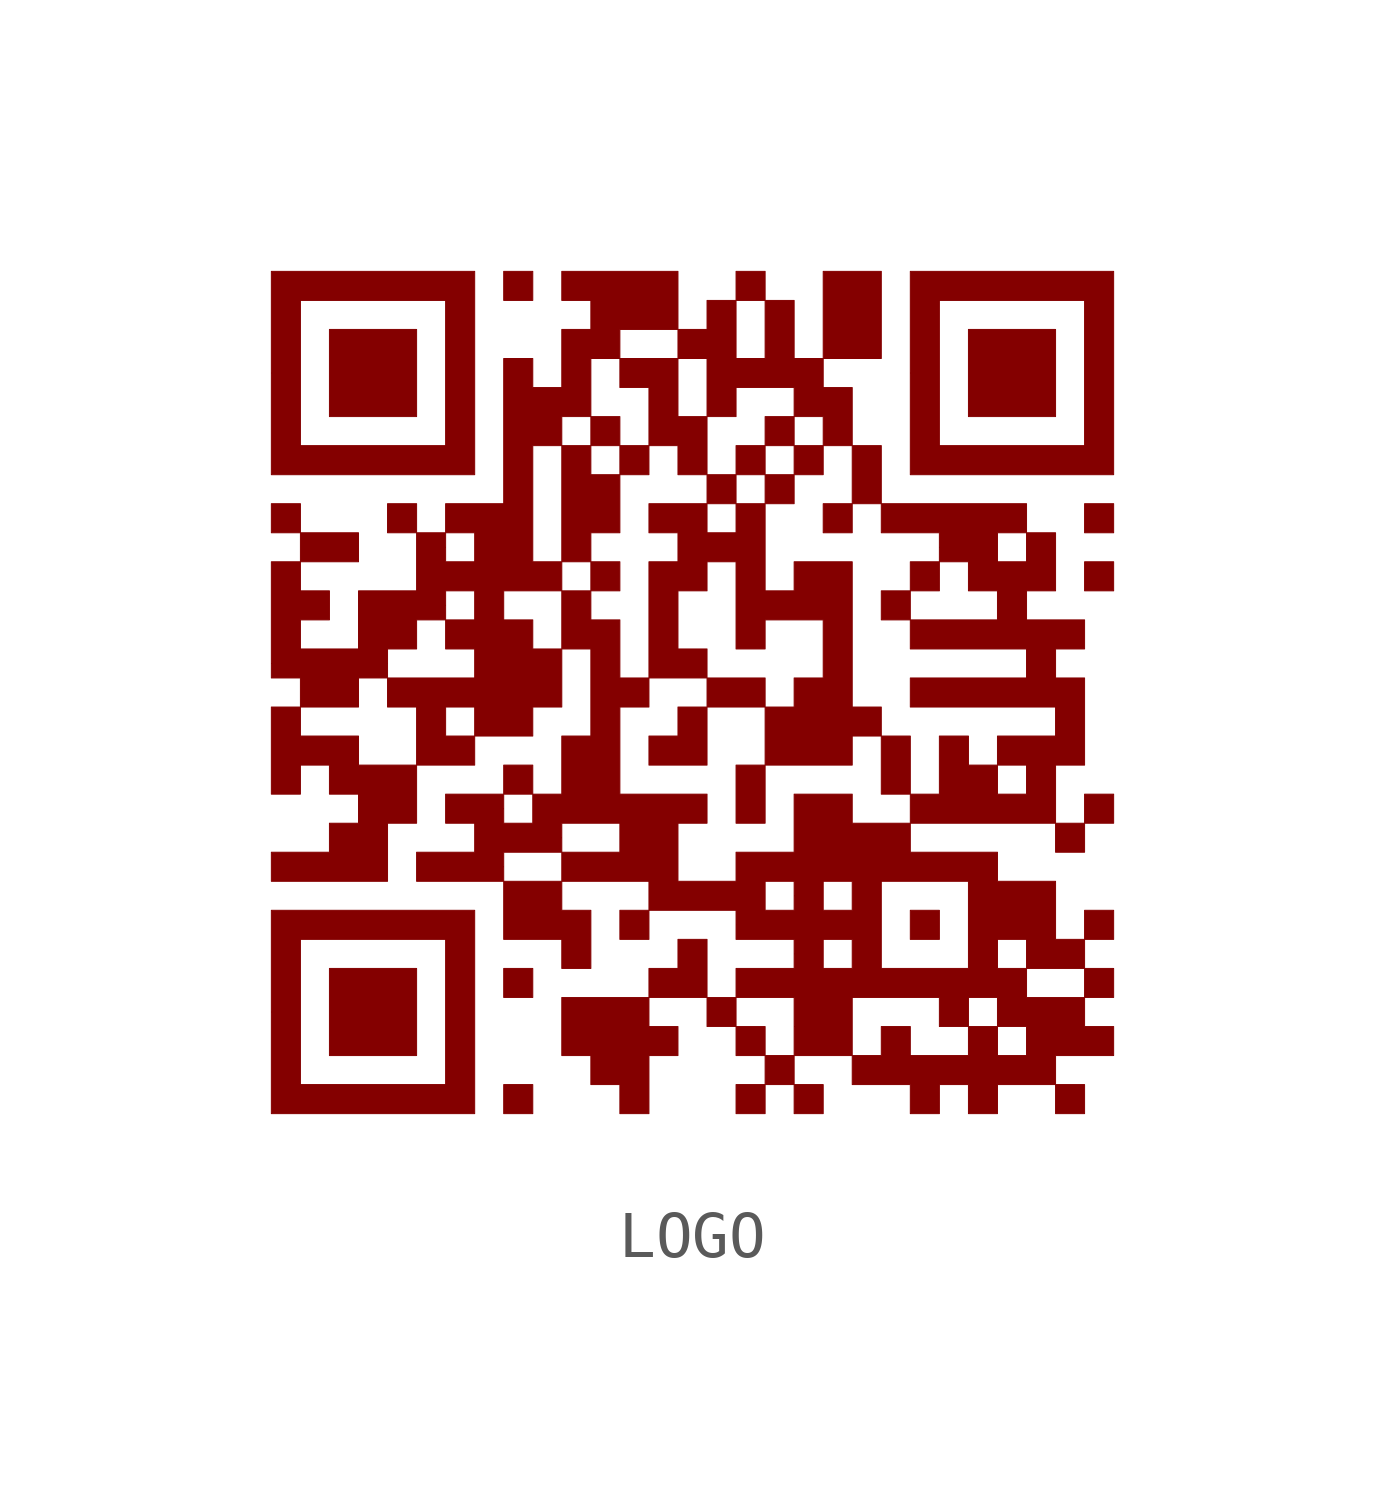
<source format=kicad_sym>
(kicad_symbol_lib
  (version 20220914)
  (generator "bitmap2component")
  (generator_version "9.0")
  (symbol "LOGO"
    (pin_names
      (offset 1.016))
    (property "Reference" "#G"
      (at 0 9.373 0)
      (effects (font (size 1.27 1.27)) hide))
    (symbol "LOGO_0_0"
      (polyline (pts (xy -4.67 -6.791) (xy -4.67 -4.622) (xy -6.838 -4.622) (xy -9.007 -4.622) (xy -9.007 -6.791) (xy -8.387 -6.791) (xy -8.387 -5.242) (xy -6.838 -5.242) (xy -5.29 -5.242) (xy -5.29 -6.791) (xy -5.29 -8.339) (xy -6.838 -8.339) (xy -8.387 -8.339) (xy -8.387 -6.791) (xy -9.007 -6.791) (xy -9.007 -8.959) (xy -6.838 -8.959) (xy -4.67 -8.959) (xy -4.67 -6.791)) (stroke (width 0.01) (type default)) (fill (type outline)))
      (polyline (pts (xy -3.431 -8.649) (xy -3.431 -8.339) (xy -3.741 -8.339) (xy -4.051 -8.339) (xy -4.051 -8.649) (xy -4.051 -8.959) (xy -3.741 -8.959) (xy -3.431 -8.959) (xy -3.431 -8.649)) (stroke (width 0.01) (type default)) (fill (type outline)))
      (polyline (pts (xy -0.953 -8.339) (xy -0.953 -7.72) (xy -0.643 -7.72) (xy -0.334 -7.72) (xy -0.334 -7.41) (xy -0.334 -7.101) (xy -0.643 -7.101) (xy -0.953 -7.101) (xy -0.953 -6.791) (xy -0.953 -6.481) (xy -0.334 -6.481) (xy 0.286 -6.481) (xy 0.286 -6.791) (xy 0.286 -7.101) (xy 0.596 -7.101) (xy 0.905 -7.101) (xy 0.905 -6.791) (xy 0.905 -6.481) (xy 1.525 -6.481) (xy 2.144 -6.481) (xy 2.144 -7.101) (xy 3.383 -7.101) (xy 3.383 -6.481) (xy 4.313 -6.481) (xy 5.242 -6.481) (xy 5.242 -6.791) (xy 5.242 -7.101) (xy 5.552 -7.101) (xy 5.862 -7.101) (xy 5.862 -6.791) (xy 5.862 -6.481) (xy 6.171 -6.481) (xy 6.481 -6.481) (xy 6.481 -6.791) (xy 6.481 -7.101) (xy 6.791 -7.101) (xy 7.101 -7.101) (xy 7.101 -7.41) (xy 7.101 -7.72) (xy 6.791 -7.72) (xy 6.481 -7.72) (xy 6.481 -7.41) (xy 6.481 -7.101) (xy 6.171 -7.101) (xy 5.862 -7.101) (xy 5.862 -7.41) (xy 5.862 -7.72) (xy 5.242 -7.72) (xy 4.622 -7.72) (xy 4.622 -7.41) (xy 4.622 -7.101) (xy 4.313 -7.101) (xy 4.003 -7.101) (xy 4.003 -7.41) (xy 4.003 -7.72) (xy 3.693 -7.72) (xy 3.383 -7.72) (xy 3.383 -7.101) (xy 2.144 -7.101) (xy 2.144 -7.72) (xy 1.835 -7.72) (xy 1.525 -7.72) (xy 1.525 -7.41) (xy 1.525 -7.101) (xy 1.215 -7.101) (xy 0.905 -7.101) (xy 0.905 -7.41) (xy 0.905 -7.72) (xy 1.215 -7.72) (xy 1.525 -7.72) (xy 1.525 -8.03) (xy 1.525 -8.339) (xy 1.215 -8.339) (xy 0.905 -8.339) (xy 0.905 -8.649) (xy 0.905 -8.959) (xy 1.215 -8.959) (xy 1.525 -8.959) (xy 1.525 -8.649) (xy 1.525 -8.339) (xy 1.835 -8.339) (xy 2.144 -8.339) (xy 2.144 -8.649) (xy 2.144 -8.959) (xy 2.454 -8.959) (xy 2.764 -8.959) (xy 2.764 -8.649) (xy 2.764 -8.339) (xy 2.454 -8.339) (xy 2.144 -8.339) (xy 2.144 -8.03) (xy 2.144 -7.72) (xy 2.764 -7.72) (xy 3.383 -7.72) (xy 3.383 -8.03) (xy 3.383 -8.339) (xy 4.003 -8.339) (xy 4.622 -8.339) (xy 4.622 -8.649) (xy 4.622 -8.959) (xy 4.932 -8.959) (xy 5.242 -8.959) (xy 5.242 -8.649) (xy 5.242 -8.339) (xy 5.552 -8.339) (xy 5.862 -8.339) (xy 5.862 -8.649) (xy 5.862 -8.959) (xy 6.171 -8.959) (xy 6.481 -8.959) (xy 6.481 -8.649) (xy 6.481 -8.339) (xy 7.101 -8.339) (xy 7.72 -8.339) (xy 7.72 -8.649) (xy 7.72 -8.959) (xy 8.03 -8.959) (xy 8.339 -8.959) (xy 8.339 -8.649) (xy 8.339 -8.339) (xy 8.03 -8.339) (xy 7.72 -8.339) (xy 7.72 -8.03) (xy 7.72 -7.72) (xy 8.339 -7.72) (xy 8.959 -7.72) (xy 8.959 -7.41) (xy 8.959 -7.101) (xy 8.649 -7.101) (xy 8.339 -7.101) (xy 8.339 -6.791) (xy 8.339 -6.481) (xy 7.72 -6.481) (xy 7.101 -6.481) (xy 7.101 -6.171) (xy 7.101 -5.862) (xy 6.791 -5.862) (xy 6.481 -5.862) (xy 6.481 -5.552) (xy 6.481 -5.242) (xy 6.791 -5.242) (xy 7.101 -5.242) (xy 7.101 -5.552) (xy 7.101 -5.862) (xy 7.72 -5.862) (xy 8.339 -5.862) (xy 8.339 -6.171) (xy 8.339 -6.481) (xy 8.649 -6.481) (xy 8.959 -6.481) (xy 8.959 -6.171) (xy 8.959 -5.862) (xy 8.649 -5.862) (xy 8.339 -5.862) (xy 8.339 -5.552) (xy 8.339 -5.242) (xy 8.03 -5.242) (xy 7.72 -5.242) (xy 7.72 -4.622) (xy 7.72 -4.003) (xy 7.101 -4.003) (xy 6.481 -4.003) (xy 6.481 -3.693) (xy 6.481 -3.383) (xy 5.552 -3.383) (xy 4.622 -3.383) (xy 4.622 -3.074) (xy 4.622 -2.764) (xy 6.171 -2.764) (xy 7.72 -2.764) (xy 7.72 -3.074) (xy 7.72 -3.383) (xy 8.03 -3.383) (xy 8.339 -3.383) (xy 8.339 -3.074) (xy 8.339 -2.764) (xy 8.03 -2.764) (xy 7.72 -2.764) (xy 7.72 -2.144) (xy 7.72 -1.525) (xy 8.03 -1.525) (xy 8.339 -1.525) (xy 8.339 -0.596) (xy 8.339 0.334) (xy 8.03 0.334) (xy 7.72 0.334) (xy 7.72 0.643) (xy 7.72 0.953) (xy 8.03 0.953) (xy 8.339 0.953) (xy 8.339 1.263) (xy 8.339 1.573) (xy 7.72 1.573) (xy 7.101 1.573) (xy 7.101 1.882) (xy 7.101 2.192) (xy 7.41 2.192) (xy 7.72 2.192) (xy 7.72 2.812) (xy 7.72 3.431) (xy 7.41 3.431) (xy 7.101 3.431) (xy 7.101 3.741) (xy 7.101 4.051) (xy 5.552 4.051) (xy 4.003 4.051) (xy 4.003 4.67) (xy 4.003 5.29) (xy 3.693 5.29) (xy 3.383 5.29) (xy 3.383 5.909) (xy 3.383 6.529) (xy 3.074 6.529) (xy 2.764 6.529) (xy 2.764 6.838) (xy 2.764 7.148) (xy 2.454 7.148) (xy 2.144 7.148) (xy 2.144 7.768) (xy 2.144 8.387) (xy 1.835 8.387) (xy 1.525 8.387) (xy 1.525 8.697) (xy 1.525 9.007) (xy 1.215 9.007) (xy 0.905 9.007) (xy 0.905 8.697) (xy 0.905 8.387) (xy 0.596 8.387) (xy 0.286 8.387) (xy 0.286 8.078) (xy 0.286 7.768) (xy 0.905 7.768) (xy 0.905 8.387) (xy 1.215 8.387) (xy 1.525 8.387) (xy 1.525 7.768) (xy 1.525 7.148) (xy 1.215 7.148) (xy 0.905 7.148) (xy 0.905 7.768) (xy 0.286 7.768) (xy -0.024 7.768) (xy -0.334 7.768) (xy -0.334 8.387) (xy -0.334 9.007) (xy -1.573 9.007) (xy -2.812 9.007) (xy -2.812 8.697) (xy -2.812 8.387) (xy -2.502 8.387) (xy -2.192 8.387) (xy -2.192 8.078) (xy -2.192 7.768) (xy -2.502 7.768) (xy -2.812 7.768) (xy -2.812 7.148) (xy -2.812 6.529) (xy -3.121 6.529) (xy -3.431 6.529) (xy -3.431 6.838) (xy -3.431 7.148) (xy -3.741 7.148) (xy -4.051 7.148) (xy -4.051 5.599) (xy -4.051 4.051) (xy -4.67 4.051) (xy -5.29 4.051) (xy -5.29 3.741) (xy -5.29 3.431) (xy -5.599 3.431) (xy -5.909 3.431) (xy -5.909 3.741) (xy -5.909 4.051) (xy -6.219 4.051) (xy -6.529 4.051) (xy -6.529 3.741) (xy -6.529 3.431) (xy -6.219 3.431) (xy -5.909 3.431) (xy -5.909 3.121) (xy -5.29 3.121) (xy -5.29 3.431) (xy -4.98 3.431) (xy -4.67 3.431) (xy -4.67 3.121) (xy -4.67 2.812) (xy -4.98 2.812) (xy -5.29 2.812) (xy -5.29 3.121) (xy -5.909 3.121) (xy -5.909 2.812) (xy -5.909 2.192) (xy -6.529 2.192) (xy -7.148 2.192) (xy -7.148 1.882) (xy -5.29 1.882) (xy -5.29 2.192) (xy -4.98 2.192) (xy -4.67 2.192) (xy -4.67 1.882) (xy -4.67 1.573) (xy -4.051 1.573) (xy -4.051 1.882) (xy -4.051 2.192) (xy -3.431 2.192) (xy -2.812 2.192) (xy -2.812 2.502) (xy -2.812 2.812) (xy -3.121 2.812) (xy -3.431 2.812) (xy -3.431 4.051) (xy -3.431 5.29) (xy -3.121 5.29) (xy -2.812 5.29) (xy -2.812 5.599) (xy -2.812 5.909) (xy -2.502 5.909) (xy -2.192 5.909) (xy -2.192 6.529) (xy -2.192 7.148) (xy -1.882 7.148) (xy -1.573 7.148) (xy -1.573 7.458) (xy -1.573 7.768) (xy -0.953 7.768) (xy -0.334 7.768) (xy -0.334 7.458) (xy -0.334 7.148) (xy -0.024 7.148) (xy 0.286 7.148) (xy 0.286 6.529) (xy 0.286 5.909) (xy 0.596 5.909) (xy 0.905 5.909) (xy 0.905 6.219) (xy 0.905 6.529) (xy 1.525 6.529) (xy 2.144 6.529) (xy 2.144 6.219) (xy 2.144 5.909) (xy 2.454 5.909) (xy 2.764 5.909) (xy 2.764 5.599) (xy 2.764 5.29) (xy 3.074 5.29) (xy 3.383 5.29) (xy 3.383 4.67) (xy 3.383 4.051) (xy 3.693 4.051) (xy 4.003 4.051) (xy 4.003 3.741) (xy 4.003 3.431) (xy 4.622 3.431) (xy 5.242 3.431) (xy 5.242 3.121) (xy 6.481 3.121) (xy 6.481 3.431) (xy 6.791 3.431) (xy 7.101 3.431) (xy 7.101 3.121) (xy 7.101 2.812) (xy 6.791 2.812) (xy 6.481 2.812) (xy 6.481 3.121) (xy 5.242 3.121) (xy 5.242 2.812) (xy 5.552 2.812) (xy 5.862 2.812) (xy 5.862 2.502) (xy 5.862 2.192) (xy 6.171 2.192) (xy 6.481 2.192) (xy 6.481 1.882) (xy 6.481 1.573) (xy 5.552 1.573) (xy 4.622 1.573) (xy 4.622 1.263) (xy 4.622 0.953) (xy 5.862 0.953) (xy 7.101 0.953) (xy 7.101 0.643) (xy 7.101 0.334) (xy 5.862 0.334) (xy 4.622 0.334) (xy 4.622 0.024) (xy 4.622 -0.286) (xy 6.171 -0.286) (xy 7.72 -0.286) (xy 7.72 -0.596) (xy 7.72 -0.905) (xy 7.101 -0.905) (xy 6.481 -0.905) (xy 6.481 -1.215) (xy 6.481 -1.525) (xy 6.791 -1.525) (xy 7.101 -1.525) (xy 7.101 -1.835) (xy 7.101 -2.144) (xy 6.791 -2.144) (xy 6.481 -2.144) (xy 6.481 -1.835) (xy 6.481 -1.525) (xy 6.171 -1.525) (xy 5.862 -1.525) (xy 5.862 -1.215) (xy 5.862 -0.905) (xy 5.552 -0.905) (xy 5.242 -0.905) (xy 5.242 -1.525) (xy 5.242 -2.144) (xy 4.932 -2.144) (xy 4.622 -2.144) (xy 4.622 -2.454) (xy 4.622 -2.764) (xy 4.003 -2.764) (xy 3.383 -2.764) (xy 3.383 -2.454) (xy 3.383 -2.144) (xy 2.764 -2.144) (xy 2.144 -2.144) (xy 2.144 -2.764) (xy 2.144 -3.383) (xy 1.525 -3.383) (xy 0.905 -3.383) (xy 0.905 -3.693) (xy 0.905 -4.003) (xy 0.286 -4.003) (xy -0.334 -4.003) (xy -0.334 -3.383) (xy -0.334 -2.764) (xy -0.024 -2.764) (xy 0.286 -2.764) (xy 0.286 -2.454) (xy 0.286 -2.144) (xy -0.643 -2.144) (xy -1.573 -2.144) (xy -1.573 -1.215) (xy -1.573 -0.286) (xy -1.263 -0.286) (xy -0.953 -0.286) (xy -0.953 0.024) (xy -0.953 0.334) (xy -1.263 0.334) (xy -1.573 0.334) (xy -1.573 0.953) (xy -1.573 1.573) (xy -1.882 1.573) (xy -2.192 1.573) (xy -2.192 1.882) (xy -2.192 2.192) (xy -2.502 2.192) (xy -2.812 2.192) (xy -2.812 1.573) (xy -2.812 0.953) (xy -3.121 0.953) (xy -3.431 0.953) (xy -3.431 1.263) (xy -3.431 1.573) (xy -3.741 1.573) (xy -4.051 1.573) (xy -4.67 1.573) (xy -4.98 1.573) (xy -5.29 1.573) (xy -5.29 1.882) (xy -7.148 1.882) (xy -7.148 1.573) (xy -7.148 0.953) (xy -7.768 0.953) (xy -8.387 0.953) (xy -8.387 1.263) (xy -8.387 1.573) (xy -8.078 1.573) (xy -7.768 1.573) (xy -7.768 1.882) (xy -7.768 2.192) (xy -8.078 2.192) (xy -8.387 2.192) (xy -8.387 2.502) (xy -8.387 2.812) (xy -8.697 2.812) (xy -9.007 2.812) (xy -9.007 1.573) (xy -9.007 0.643) (xy -6.529 0.643) (xy -6.529 0.953) (xy -6.219 0.953) (xy -5.909 0.953) (xy -5.909 1.263) (xy -5.909 1.573) (xy -5.599 1.573) (xy -5.29 1.573) (xy -5.29 1.263) (xy -5.29 0.953) (xy -4.98 0.953) (xy -4.67 0.953) (xy -4.67 0.643) (xy -4.67 0.334) (xy -5.599 0.334) (xy -6.529 0.334) (xy -6.529 0.643) (xy -9.007 0.643) (xy -9.007 0.334) (xy -8.697 0.334) (xy -8.387 0.334) (xy -8.387 0.024) (xy -8.387 -0.286) (xy -7.768 -0.286) (xy -7.148 -0.286) (xy -7.148 0.024) (xy -7.148 0.334) (xy -6.838 0.334) (xy -6.529 0.334) (xy -6.529 0.024) (xy -6.529 -0.286) (xy -6.219 -0.286) (xy -5.909 -0.286) (xy -5.909 -0.905) (xy -5.909 -1.525) (xy -5.29 -1.525) (xy -4.67 -1.525) (xy -4.67 -1.215) (xy -4.67 -0.905) (xy -4.98 -0.905) (xy -5.29 -0.905) (xy -5.29 -0.596) (xy -5.29 -0.286) (xy -4.98 -0.286) (xy -4.67 -0.286) (xy -4.67 -0.596) (xy -4.67 -0.905) (xy -4.051 -0.905) (xy -3.431 -0.905) (xy -3.431 -0.596) (xy -3.431 -0.286) (xy -3.121 -0.286) (xy -2.812 -0.286) (xy -2.812 0.334) (xy -2.812 0.953) (xy -2.502 0.953) (xy -2.192 0.953) (xy -2.192 0.024) (xy -2.192 -0.905) (xy -2.502 -0.905) (xy -2.812 -0.905) (xy -2.812 -1.525) (xy -2.812 -2.144) (xy -3.121 -2.144) (xy -3.431 -2.144) (xy -3.431 -1.835) (xy -3.431 -1.525) (xy -3.741 -1.525) (xy -4.051 -1.525) (xy -4.051 -1.835) (xy -4.051 -2.144) (xy -4.67 -2.144) (xy -5.29 -2.144) (xy -5.29 -2.454) (xy -4.051 -2.454) (xy -4.051 -2.144) (xy -3.741 -2.144) (xy -3.431 -2.144) (xy -3.431 -2.454) (xy -3.431 -2.764) (xy -3.741 -2.764) (xy -4.051 -2.764) (xy -4.051 -2.454) (xy -5.29 -2.454) (xy -5.29 -2.764) (xy -4.98 -2.764) (xy -4.67 -2.764) (xy -4.67 -3.074) (xy -2.812 -3.074) (xy -2.812 -2.764) (xy -2.192 -2.764) (xy -1.573 -2.764) (xy -1.573 -3.074) (xy -1.573 -3.383) (xy -2.192 -3.383) (xy -2.812 -3.383) (xy -2.812 -3.074) (xy -4.67 -3.074) (xy -4.67 -3.383) (xy -5.29 -3.383) (xy -5.909 -3.383) (xy -5.909 -3.693) (xy -4.051 -3.693) (xy -4.051 -3.383) (xy -3.431 -3.383) (xy -2.812 -3.383) (xy -2.812 -3.693) (xy -2.812 -4.003) (xy -3.431 -4.003) (xy -4.051 -4.003) (xy -4.051 -3.693) (xy -5.909 -3.693) (xy -5.909 -4.003) (xy -4.98 -4.003) (xy -4.051 -4.003) (xy -4.051 -4.622) (xy -4.051 -5.242) (xy -3.431 -5.242) (xy -2.812 -5.242) (xy -2.812 -5.552) (xy -2.812 -5.862) (xy -2.502 -5.862) (xy -2.192 -5.862) (xy -2.192 -5.242) (xy -2.192 -4.622) (xy -2.502 -4.622) (xy -2.812 -4.622) (xy -2.812 -4.313) (xy -2.812 -4.003) (xy -1.882 -4.003) (xy -0.953 -4.003) (xy -0.953 -4.313) (xy 1.525 -4.313) (xy 1.525 -4.003) (xy 1.835 -4.003) (xy 2.144 -4.003) (xy 2.144 -4.313) (xy 2.764 -4.313) (xy 2.764 -4.003) (xy 3.074 -4.003) (xy 3.383 -4.003) (xy 3.383 -4.313) (xy 3.383 -4.622) (xy 3.074 -4.622) (xy 2.764 -4.622) (xy 2.764 -4.313) (xy 2.144 -4.313) (xy 2.144 -4.622) (xy 1.835 -4.622) (xy 1.525 -4.622) (xy 1.525 -4.313) (xy -0.953 -4.313) (xy -0.953 -4.622) (xy -1.263 -4.622) (xy -1.573 -4.622) (xy -1.573 -4.932) (xy -1.573 -5.242) (xy -1.263 -5.242) (xy -0.953 -5.242) (xy -0.953 -4.932) (xy -0.953 -4.622) (xy -0.024 -4.622) (xy 0.905 -4.622) (xy 0.905 -4.932) (xy 4.003 -4.932) (xy 4.003 -4.003) (xy 4.932 -4.003) (xy 5.862 -4.003) (xy 5.862 -4.932) (xy 5.862 -5.862) (xy 4.932 -5.862) (xy 4.003 -5.862) (xy 4.003 -4.932) (xy 0.905 -4.932) (xy 0.905 -5.242) (xy 1.525 -5.242) (xy 2.144 -5.242) (xy 2.144 -5.552) (xy 2.764 -5.552) (xy 2.764 -5.242) (xy 3.074 -5.242) (xy 3.383 -5.242) (xy 3.383 -5.552) (xy 3.383 -5.862) (xy 3.074 -5.862) (xy 2.764 -5.862) (xy 2.764 -5.552) (xy 2.144 -5.552) (xy 2.144 -5.862) (xy 1.525 -5.862) (xy 0.905 -5.862) (xy 0.905 -6.171) (xy 0.905 -6.481) (xy 0.596 -6.481) (xy 0.286 -6.481) (xy 0.286 -5.862) (xy 0.286 -5.242) (xy -0.024 -5.242) (xy -0.334 -5.242) (xy -0.334 -5.552) (xy -0.334 -5.862) (xy -0.643 -5.862) (xy -0.953 -5.862) (xy -0.953 -6.171) (xy -0.953 -6.481) (xy -1.882 -6.481) (xy -2.812 -6.481) (xy -2.812 -7.101) (xy -2.812 -7.72) (xy -2.502 -7.72) (xy -2.192 -7.72) (xy -2.192 -8.03) (xy -2.192 -8.339) (xy -1.882 -8.339) (xy -1.573 -8.339) (xy -1.573 -8.649) (xy -1.573 -8.959) (xy -1.263 -8.959) (xy -0.953 -8.959) (xy -0.953 -8.339)) (stroke (width 0.01) (type default)) (fill (type outline)))
      (polyline (pts (xy 4.003 8.078) (xy 4.003 9.007) (xy 3.383 9.007) (xy 2.764 9.007) (xy 2.764 8.078) (xy 2.764 7.148) (xy 3.383 7.148) (xy 4.003 7.148) (xy 4.003 8.078)) (stroke (width 0.01) (type default)) (fill (type outline)))
      (polyline (pts (xy -7.148 3.121) (xy -7.148 3.431) (xy -7.768 3.431) (xy -8.387 3.431) (xy -8.387 3.741) (xy -8.387 4.051) (xy -8.697 4.051) (xy -9.007 4.051) (xy -9.007 3.741) (xy -9.007 3.431) (xy -8.697 3.431) (xy -8.387 3.431) (xy -8.387 3.121) (xy -8.387 2.812) (xy -7.768 2.812) (xy -7.148 2.812) (xy -7.148 3.121)) (stroke (width 0.01) (type default)) (fill (type outline)))
      (polyline (pts (xy -6.529 -3.383) (xy -6.529 -2.764) (xy -6.219 -2.764) (xy -5.909 -2.764) (xy -5.909 -2.144) (xy -5.909 -1.525) (xy -6.529 -1.525) (xy -7.148 -1.525) (xy -7.148 -1.215) (xy -7.148 -0.905) (xy -7.768 -0.905) (xy -8.387 -0.905) (xy -8.387 -0.596) (xy -8.387 -0.286) (xy -8.697 -0.286) (xy -9.007 -0.286) (xy -9.007 -1.215) (xy -9.007 -2.144) (xy -8.697 -2.144) (xy -8.387 -2.144) (xy -8.387 -1.835) (xy -8.387 -1.525) (xy -8.078 -1.525) (xy -7.768 -1.525) (xy -7.768 -1.835) (xy -7.768 -2.144) (xy -7.458 -2.144) (xy -7.148 -2.144) (xy -7.148 -2.454) (xy -7.148 -2.764) (xy -7.458 -2.764) (xy -7.768 -2.764) (xy -7.768 -3.074) (xy -7.768 -3.383) (xy -8.387 -3.383) (xy -9.007 -3.383) (xy -9.007 -3.693) (xy -9.007 -4.003) (xy -7.768 -4.003) (xy -6.529 -4.003) (xy -6.529 -3.383)) (stroke (width 0.01) (type default)) (fill (type outline)))
      (polyline (pts (xy 8.959 -2.454) (xy 8.959 -2.144) (xy 8.649 -2.144) (xy 8.339 -2.144) (xy 8.339 -2.454) (xy 8.339 -2.764) (xy 8.649 -2.764) (xy 8.959 -2.764) (xy 8.959 -2.454)) (stroke (width 0.01) (type default)) (fill (type outline)))
      (polyline (pts (xy 8.959 -4.932) (xy 8.959 -4.622) (xy 8.649 -4.622) (xy 8.339 -4.622) (xy 8.339 -4.932) (xy 8.339 -5.242) (xy 8.649 -5.242) (xy 8.959 -5.242) (xy 8.959 -4.932)) (stroke (width 0.01) (type default)) (fill (type outline)))
      (polyline (pts (xy -3.431 -6.171) (xy -3.431 -5.862) (xy -3.741 -5.862) (xy -4.051 -5.862) (xy -4.051 -6.171) (xy -4.051 -6.481) (xy -3.741 -6.481) (xy -3.431 -6.481) (xy -3.431 -6.171)) (stroke (width 0.01) (type default)) (fill (type outline)))
      (polyline (pts (xy 8.959 2.502) (xy 8.959 2.812) (xy 8.649 2.812) (xy 8.339 2.812) (xy 8.339 2.502) (xy 8.339 2.192) (xy 8.649 2.192) (xy 8.959 2.192) (xy 8.959 2.502)) (stroke (width 0.01) (type default)) (fill (type outline)))
      (polyline (pts (xy 8.959 3.741) (xy 8.959 4.051) (xy 8.649 4.051) (xy 8.339 4.051) (xy 8.339 3.741) (xy 8.339 3.431) (xy 8.649 3.431) (xy 8.959 3.431) (xy 8.959 3.741)) (stroke (width 0.01) (type default)) (fill (type outline)))
      (polyline (pts (xy -4.67 6.838) (xy -4.67 9.007) (xy -6.838 9.007) (xy -9.007 9.007) (xy -9.007 6.838) (xy -8.387 6.838) (xy -8.387 8.387) (xy -6.838 8.387) (xy -5.29 8.387) (xy -5.29 6.838) (xy -5.29 5.29) (xy -6.838 5.29) (xy -8.387 5.29) (xy -8.387 6.838) (xy -9.007 6.838) (xy -9.007 4.67) (xy -6.838 4.67) (xy -4.67 4.67) (xy -4.67 6.838)) (stroke (width 0.01) (type default)) (fill (type outline)))
      (polyline (pts (xy 8.959 6.838) (xy 8.959 9.007) (xy 6.791 9.007) (xy 4.622 9.007) (xy 4.622 6.838) (xy 5.242 6.838) (xy 5.242 8.387) (xy 6.791 8.387) (xy 8.339 8.387) (xy 8.339 6.838) (xy 8.339 5.29) (xy 6.791 5.29) (xy 5.242 5.29) (xy 5.242 6.838) (xy 4.622 6.838) (xy 4.622 4.67) (xy 6.791 4.67) (xy 8.959 4.67) (xy 8.959 6.838)) (stroke (width 0.01) (type default)) (fill (type outline)))
      (polyline (pts (xy -3.431 8.697) (xy -3.431 9.007) (xy -3.741 9.007) (xy -4.051 9.007) (xy -4.051 8.697) (xy -4.051 8.387) (xy -3.741 8.387) (xy -3.431 8.387) (xy -3.431 8.697)) (stroke (width 0.01) (type default)) (fill (type outline)))
      (polyline (pts (xy -5.909 -6.791) (xy -5.909 -5.862) (xy -6.838 -5.862) (xy -7.768 -5.862) (xy -7.768 -6.791) (xy -7.768 -7.72) (xy -6.838 -7.72) (xy -5.909 -7.72) (xy -5.909 -6.791)) (stroke (width 0.01) (type default)) (fill (type outline)))
      (polyline (pts (xy 5.242 -4.932) (xy 5.242 -4.622) (xy 4.932 -4.622) (xy 4.622 -4.622) (xy 4.622 -4.932) (xy 4.622 -5.242) (xy 4.932 -5.242) (xy 5.242 -5.242) (xy 5.242 -4.932)) (stroke (width 0.01) (type default)) (fill (type outline)))
      (polyline (pts (xy 4.622 -1.525) (xy 4.622 -0.905) (xy 4.313 -0.905) (xy 4.003 -0.905) (xy 4.003 -0.596) (xy 4.003 -0.286) (xy 3.693 -0.286) (xy 3.383 -0.286) (xy 3.383 1.263) (xy 3.383 2.812) (xy 2.764 2.812) (xy 2.144 2.812) (xy 2.144 2.502) (xy 2.144 2.192) (xy 1.835 2.192) (xy 1.525 2.192) (xy 1.525 3.121) (xy 1.525 4.051) (xy 1.215 4.051) (xy 0.905 4.051) (xy 0.905 4.361) (xy 0.905 4.67) (xy 1.215 4.67) (xy 1.525 4.67) (xy 1.525 4.361) (xy 1.525 4.051) (xy 1.835 4.051) (xy 2.144 4.051) (xy 2.144 4.361) (xy 2.144 4.67) (xy 1.835 4.67) (xy 1.525 4.67) (xy 1.525 4.98) (xy 1.525 5.29) (xy 1.835 5.29) (xy 2.144 5.29) (xy 2.144 4.98) (xy 2.144 4.67) (xy 2.454 4.67) (xy 2.764 4.67) (xy 2.764 4.98) (xy 2.764 5.29) (xy 2.454 5.29) (xy 2.144 5.29) (xy 2.144 5.599) (xy 2.144 5.909) (xy 1.835 5.909) (xy 1.525 5.909) (xy 1.525 5.599) (xy 1.525 5.29) (xy 1.215 5.29) (xy 0.905 5.29) (xy 0.905 4.98) (xy 0.905 4.67) (xy 0.596 4.67) (xy 0.286 4.67) (xy 0.286 5.29) (xy 0.286 5.909) (xy -0.024 5.909) (xy -0.334 5.909) (xy -0.334 6.529) (xy -0.334 7.148) (xy -0.953 7.148) (xy -1.573 7.148) (xy -1.573 6.838) (xy -1.573 6.529) (xy -1.263 6.529) (xy -0.953 6.529) (xy -0.953 5.909) (xy -0.953 5.29) (xy -1.263 5.29) (xy -1.573 5.29) (xy -1.573 5.599) (xy -1.573 5.909) (xy -1.882 5.909) (xy -2.192 5.909) (xy -2.192 5.599) (xy -2.192 5.29) (xy -2.502 5.29) (xy -2.812 5.29) (xy -2.812 4.051) (xy -2.812 2.812) (xy -2.502 2.812) (xy -2.192 2.812) (xy -2.192 2.502) (xy -2.192 2.192) (xy -1.882 2.192) (xy -1.573 2.192) (xy -1.573 2.502) (xy -1.573 2.812) (xy -1.882 2.812) (xy -2.192 2.812) (xy -2.192 3.121) (xy -2.192 3.431) (xy -1.882 3.431) (xy -1.573 3.431) (xy -1.573 4.051) (xy -1.573 4.67) (xy -1.882 4.67) (xy -2.192 4.67) (xy -2.192 4.98) (xy -2.192 5.29) (xy -1.882 5.29) (xy -1.573 5.29) (xy -1.573 4.98) (xy -1.573 4.67) (xy -1.263 4.67) (xy -0.953 4.67) (xy -0.953 4.98) (xy -0.953 5.29) (xy -0.643 5.29) (xy -0.334 5.29) (xy -0.334 4.98) (xy -0.334 4.67) (xy -0.024 4.67) (xy 0.286 4.67) (xy 0.286 4.361) (xy 0.286 4.051) (xy -0.334 4.051) (xy -0.953 4.051) (xy -0.953 3.741) (xy 0.286 3.741) (xy 0.286 4.051) (xy 0.596 4.051) (xy 0.905 4.051) (xy 0.905 3.741) (xy 0.905 3.431) (xy 0.596 3.431) (xy 0.286 3.431) (xy 0.286 3.741) (xy -0.953 3.741) (xy -0.953 3.431) (xy -0.643 3.431) (xy -0.334 3.431) (xy -0.334 3.121) (xy -0.334 2.812) (xy -0.643 2.812) (xy -0.953 2.812) (xy -0.953 1.573) (xy -0.953 0.953) (xy -0.334 0.953) (xy -0.334 1.573) (xy -0.334 2.192) (xy -0.024 2.192) (xy 0.286 2.192) (xy 0.286 2.502) (xy 0.286 2.812) (xy 0.596 2.812) (xy 0.905 2.812) (xy 0.905 1.882) (xy 0.905 0.953) (xy 1.215 0.953) (xy 1.525 0.953) (xy 1.525 1.263) (xy 1.525 1.573) (xy 2.144 1.573) (xy 2.764 1.573) (xy 2.764 0.953) (xy 2.764 0.334) (xy 2.454 0.334) (xy 2.144 0.334) (xy 2.144 0.024) (xy 2.144 -0.286) (xy 1.835 -0.286) (xy 1.525 -0.286) (xy 1.525 0.024) (xy 1.525 0.334) (xy 0.905 0.334) (xy 0.286 0.334) (xy 0.286 0.643) (xy 0.286 0.953) (xy -0.024 0.953) (xy -0.334 0.953) (xy -0.953 0.953) (xy -0.953 0.334) (xy -0.334 0.334) (xy 0.286 0.334) (xy 0.286 0.024) (xy 0.286 -0.286) (xy -0.024 -0.286) (xy -0.334 -0.286) (xy -0.334 -0.596) (xy -0.334 -0.905) (xy -0.643 -0.905) (xy -0.953 -0.905) (xy -0.953 -1.215) (xy -0.953 -1.525) (xy -0.334 -1.525) (xy 0.286 -1.525) (xy 0.286 -0.905) (xy 0.286 -0.286) (xy 0.905 -0.286) (xy 1.525 -0.286) (xy 1.525 -0.905) (xy 1.525 -1.525) (xy 2.454 -1.525) (xy 3.383 -1.525) (xy 3.383 -1.215) (xy 3.383 -0.905) (xy 3.693 -0.905) (xy 4.003 -0.905) (xy 4.003 -1.525) (xy 4.003 -2.144) (xy 4.313 -2.144) (xy 4.622 -2.144) (xy 4.622 -1.525)) (stroke (width 0.01) (type default)) (fill (type outline)))
      (polyline (pts (xy 1.525 -2.144) (xy 1.525 -1.525) (xy 1.215 -1.525) (xy 0.905 -1.525) (xy 0.905 -2.144) (xy 0.905 -2.764) (xy 1.215 -2.764) (xy 1.525 -2.764) (xy 1.525 -2.144)) (stroke (width 0.01) (type default)) (fill (type outline)))
      (polyline (pts (xy 5.242 2.502) (xy 5.242 2.812) (xy 4.932 2.812) (xy 4.622 2.812) (xy 4.622 2.502) (xy 4.622 2.192) (xy 4.932 2.192) (xy 5.242 2.192) (xy 5.242 2.502)) (stroke (width 0.01) (type default)) (fill (type outline)))
      (polyline (pts (xy 4.622 1.882) (xy 4.622 2.192) (xy 4.313 2.192) (xy 4.003 2.192) (xy 4.003 1.882) (xy 4.003 1.573) (xy 4.313 1.573) (xy 4.622 1.573) (xy 4.622 1.882)) (stroke (width 0.01) (type default)) (fill (type outline)))
      (polyline (pts (xy 3.383 3.741) (xy 3.383 4.051) (xy 3.074 4.051) (xy 2.764 4.051) (xy 2.764 3.741) (xy 2.764 3.431) (xy 3.074 3.431) (xy 3.383 3.431) (xy 3.383 3.741)) (stroke (width 0.01) (type default)) (fill (type outline)))
      (polyline (pts (xy -5.909 6.838) (xy -5.909 7.768) (xy -6.838 7.768) (xy -7.768 7.768) (xy -7.768 6.838) (xy -7.768 5.909) (xy -6.838 5.909) (xy -5.909 5.909) (xy -5.909 6.838)) (stroke (width 0.01) (type default)) (fill (type outline)))
      (polyline (pts (xy 7.72 6.838) (xy 7.72 7.768) (xy 6.791 7.768) (xy 5.862 7.768) (xy 5.862 6.838) (xy 5.862 5.909) (xy 6.791 5.909) (xy 7.72 5.909) (xy 7.72 6.838)) (stroke (width 0.01) (type default)) (fill (type outline))))))
</source>
